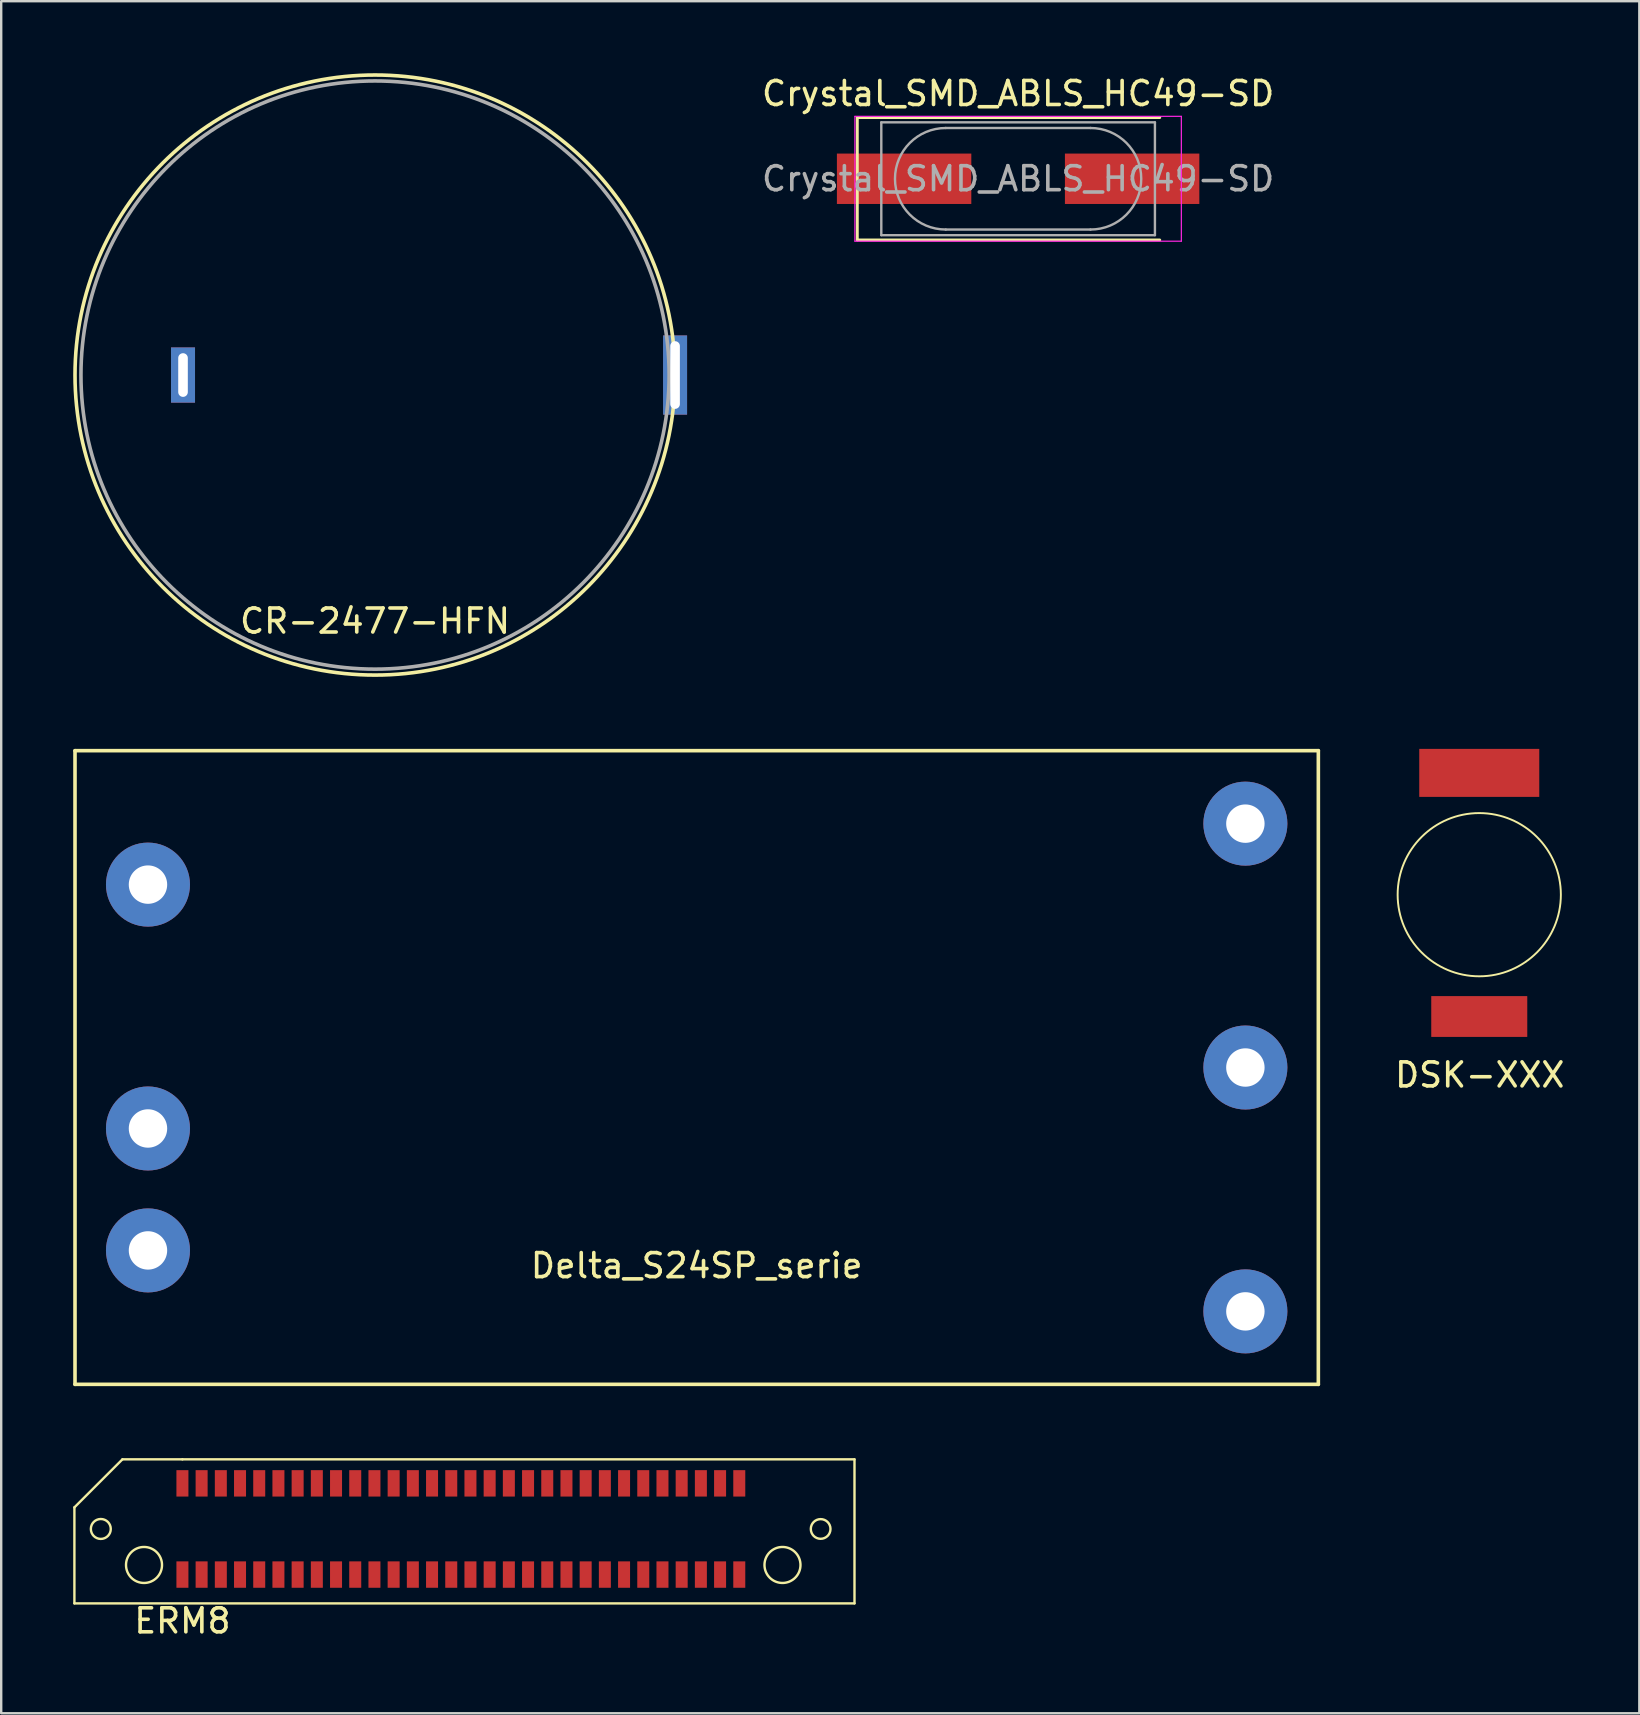
<source format=kicad_pcb>
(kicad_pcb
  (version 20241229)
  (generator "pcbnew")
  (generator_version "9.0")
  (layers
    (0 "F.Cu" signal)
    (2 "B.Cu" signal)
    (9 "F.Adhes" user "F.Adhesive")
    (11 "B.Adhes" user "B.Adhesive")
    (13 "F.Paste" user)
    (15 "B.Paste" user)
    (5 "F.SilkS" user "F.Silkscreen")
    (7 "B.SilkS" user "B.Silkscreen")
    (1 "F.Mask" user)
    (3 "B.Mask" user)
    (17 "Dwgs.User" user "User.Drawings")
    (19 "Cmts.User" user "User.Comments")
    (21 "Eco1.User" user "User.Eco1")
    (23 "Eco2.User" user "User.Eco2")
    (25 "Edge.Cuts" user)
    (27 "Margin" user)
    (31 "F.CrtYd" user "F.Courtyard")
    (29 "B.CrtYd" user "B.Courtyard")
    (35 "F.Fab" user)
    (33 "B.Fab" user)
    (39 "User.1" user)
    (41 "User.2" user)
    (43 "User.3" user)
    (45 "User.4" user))
  (footprint "ERM8"
    (layer "F.Cu")
    (at 4.55 58.75)
    (property "Reference" "ERM8" (at 0 5.73 0) (layer "F.SilkS") (effects (font (size 1 1) (thickness 0.15))))
    (attr through_hole)
    (fp_line (start -4.5 1) (end -4.5 5) (stroke (width 0.1) (type solid)) (layer "F.SilkS"))
    (fp_line (start -4.5 5) (end 28 5) (stroke (width 0.1) (type solid)) (layer "F.SilkS"))
    (fp_line (start -2.5 -1) (end -4.5 1) (stroke (width 0.1) (type solid)) (layer "F.SilkS"))
    (fp_line (start 0 -1) (end -2.5 -1) (stroke (width 0.1) (type solid)) (layer "F.SilkS"))
    (fp_line (start 28 -1) (end 0 -1) (stroke (width 0.1) (type solid)) (layer "F.SilkS"))
    (fp_line (start 28 5) (end 28 -1) (stroke (width 0.1) (type solid)) (layer "F.SilkS"))
    (fp_circle (center -3.4 1.9) (end -2.985 1.9) (stroke (width 0.1) (type solid)) (fill no) (layer "F.SilkS"))
    (fp_circle (center -1.6 3.4) (end -2.35 3.4) (stroke (width 0.1) (type solid)) (fill no) (layer "F.SilkS"))
    (fp_circle (center 25 3.4) (end 25.75 3.4) (stroke (width 0.1) (type solid)) (fill no) (layer "F.SilkS"))
    (fp_circle (center 26.59 1.9) (end 27 1.9) (stroke (width 0.1) (type solid)) (fill no) (layer "F.SilkS"))
    (pad "1" smd rect (at 0 0) (size 0.5 1.1) (layers "F.Cu" "F.Mask" "F.Paste"))
    (pad "2" smd rect (at 0 3.8) (size 0.5 1.1) (layers "F.Cu" "F.Mask" "F.Paste"))
    (pad "3" smd rect (at 0.8 0) (size 0.5 1.1) (layers "F.Cu" "F.Mask" "F.Paste"))
    (pad "4" smd rect (at 0.8 3.8) (size 0.5 1.1) (layers "F.Cu" "F.Mask" "F.Paste"))
    (pad "5" smd rect (at 1.6 0) (size 0.5 1.1) (layers "F.Cu" "F.Mask" "F.Paste"))
    (pad "6" smd rect (at 1.6 3.8) (size 0.5 1.1) (layers "F.Cu" "F.Mask" "F.Paste"))
    (pad "7" smd rect (at 2.4 0) (size 0.5 1.1) (layers "F.Cu" "F.Mask" "F.Paste"))
    (pad "8" smd rect (at 2.4 3.8) (size 0.5 1.1) (layers "F.Cu" "F.Mask" "F.Paste"))
    (pad "9" smd rect (at 3.2 0) (size 0.5 1.1) (layers "F.Cu" "F.Mask" "F.Paste"))
    (pad "10" smd rect (at 3.2 3.8) (size 0.5 1.1) (layers "F.Cu" "F.Mask" "F.Paste"))
    (pad "11" smd rect (at 4 0) (size 0.5 1.1) (layers "F.Cu" "F.Mask" "F.Paste"))
    (pad "12" smd rect (at 4 3.8) (size 0.5 1.1) (layers "F.Cu" "F.Mask" "F.Paste"))
    (pad "13" smd rect (at 4.8 0) (size 0.5 1.1) (layers "F.Cu" "F.Mask" "F.Paste"))
    (pad "14" smd rect (at 4.8 3.8) (size 0.5 1.1) (layers "F.Cu" "F.Mask" "F.Paste"))
    (pad "15" smd rect (at 5.6 0) (size 0.5 1.1) (layers "F.Cu" "F.Mask" "F.Paste"))
    (pad "16" smd rect (at 5.6 3.8) (size 0.5 1.1) (layers "F.Cu" "F.Mask" "F.Paste"))
    (pad "17" smd rect (at 6.4 0) (size 0.5 1.1) (layers "F.Cu" "F.Mask" "F.Paste"))
    (pad "18" smd rect (at 6.4 3.8) (size 0.5 1.1) (layers "F.Cu" "F.Mask" "F.Paste"))
    (pad "19" smd rect (at 7.2 0) (size 0.5 1.1) (layers "F.Cu" "F.Mask" "F.Paste"))
    (pad "20" smd rect (at 7.2 3.8) (size 0.5 1.1) (layers "F.Cu" "F.Mask" "F.Paste"))
    (pad "21" smd rect (at 8 0) (size 0.5 1.1) (layers "F.Cu" "F.Mask" "F.Paste"))
    (pad "22" smd rect (at 8 3.8) (size 0.5 1.1) (layers "F.Cu" "F.Mask" "F.Paste"))
    (pad "23" smd rect (at 8.8 0) (size 0.5 1.1) (layers "F.Cu" "F.Mask" "F.Paste"))
    (pad "24" smd rect (at 8.8 3.8) (size 0.5 1.1) (layers "F.Cu" "F.Mask" "F.Paste"))
    (pad "25" smd rect (at 9.6 0) (size 0.5 1.1) (layers "F.Cu" "F.Mask" "F.Paste"))
    (pad "26" smd rect (at 9.6 3.8) (size 0.5 1.1) (layers "F.Cu" "F.Mask" "F.Paste"))
    (pad "27" smd rect (at 10.4 0) (size 0.5 1.1) (layers "F.Cu" "F.Mask" "F.Paste"))
    (pad "28" smd rect (at 10.4 3.8) (size 0.5 1.1) (layers "F.Cu" "F.Mask" "F.Paste"))
    (pad "29" smd rect (at 11.2 0) (size 0.5 1.1) (layers "F.Cu" "F.Mask" "F.Paste"))
    (pad "30" smd rect (at 11.2 3.8) (size 0.5 1.1) (layers "F.Cu" "F.Mask" "F.Paste"))
    (pad "31" smd rect (at 12 0) (size 0.5 1.1) (layers "F.Cu" "F.Mask" "F.Paste"))
    (pad "32" smd rect (at 12 3.8) (size 0.5 1.1) (layers "F.Cu" "F.Mask" "F.Paste"))
    (pad "33" smd rect (at 12.8 0) (size 0.5 1.1) (layers "F.Cu" "F.Mask" "F.Paste"))
    (pad "34" smd rect (at 12.8 3.8) (size 0.5 1.1) (layers "F.Cu" "F.Mask" "F.Paste"))
    (pad "35" smd rect (at 13.6 0) (size 0.5 1.1) (layers "F.Cu" "F.Mask" "F.Paste"))
    (pad "36" smd rect (at 13.6 3.8) (size 0.5 1.1) (layers "F.Cu" "F.Mask" "F.Paste"))
    (pad "37" smd rect (at 14.4 0) (size 0.5 1.1) (layers "F.Cu" "F.Mask" "F.Paste"))
    (pad "38" smd rect (at 14.4 3.8) (size 0.5 1.1) (layers "F.Cu" "F.Mask" "F.Paste"))
    (pad "39" smd rect (at 15.2 0) (size 0.5 1.1) (layers "F.Cu" "F.Mask" "F.Paste"))
    (pad "40" smd rect (at 15.2 3.8) (size 0.5 1.1) (layers "F.Cu" "F.Mask" "F.Paste"))
    (pad "41" smd rect (at 16 0) (size 0.5 1.1) (layers "F.Cu" "F.Mask" "F.Paste"))
    (pad "42" smd rect (at 16 3.8) (size 0.5 1.1) (layers "F.Cu" "F.Mask" "F.Paste"))
    (pad "43" smd rect (at 16.8 0) (size 0.5 1.1) (layers "F.Cu" "F.Mask" "F.Paste"))
    (pad "44" smd rect (at 16.8 3.8) (size 0.5 1.1) (layers "F.Cu" "F.Mask" "F.Paste"))
    (pad "45" smd rect (at 17.6 0) (size 0.5 1.1) (layers "F.Cu" "F.Mask" "F.Paste"))
    (pad "46" smd rect (at 17.6 3.8) (size 0.5 1.1) (layers "F.Cu" "F.Mask" "F.Paste"))
    (pad "47" smd rect (at 18.4 0) (size 0.5 1.1) (layers "F.Cu" "F.Mask" "F.Paste"))
    (pad "48" smd rect (at 18.4 3.8) (size 0.5 1.1) (layers "F.Cu" "F.Mask" "F.Paste"))
    (pad "49" smd rect (at 19.2 0) (size 0.5 1.1) (layers "F.Cu" "F.Mask" "F.Paste"))
    (pad "50" smd rect (at 19.2 3.8) (size 0.5 1.1) (layers "F.Cu" "F.Mask" "F.Paste"))
    (pad "51" smd rect (at 20 0) (size 0.5 1.1) (layers "F.Cu" "F.Mask" "F.Paste"))
    (pad "52" smd rect (at 20 3.8) (size 0.5 1.1) (layers "F.Cu" "F.Mask" "F.Paste"))
    (pad "53" smd rect (at 20.8 0) (size 0.5 1.1) (layers "F.Cu" "F.Mask" "F.Paste"))
    (pad "54" smd rect (at 20.8 3.8) (size 0.5 1.1) (layers "F.Cu" "F.Mask" "F.Paste"))
    (pad "55" smd rect (at 21.6 0) (size 0.5 1.1) (layers "F.Cu" "F.Mask" "F.Paste"))
    (pad "56" smd rect (at 21.6 3.8) (size 0.5 1.1) (layers "F.Cu" "F.Mask" "F.Paste"))
    (pad "57" smd rect (at 22.4 0) (size 0.5 1.1) (layers "F.Cu" "F.Mask" "F.Paste"))
    (pad "58" smd rect (at 22.4 3.8) (size 0.5 1.1) (layers "F.Cu" "F.Mask" "F.Paste"))
    (pad "59" smd rect (at 23.2 0) (size 0.5 1.1) (layers "F.Cu" "F.Mask" "F.Paste"))
    (pad "60" smd rect (at 23.2 3.8) (size 0.5 1.1) (layers "F.Cu" "F.Mask" "F.Paste")))
  (footprint "DSK-XXX"
    (layer "F.Cu")
    (at 58.579 34.225)
    (property "Reference" "DSK-XXX" (at 0.02 7.51 0) (layer "F.SilkS") (effects (font (size 1 1) (thickness 0.15))))
    (attr through_hole)
    (fp_circle (center 0 0) (end 3.4 0) (stroke (width 0.08) (type solid)) (fill no) (layer "F.SilkS"))
    (pad "1" smd rect (at 0 -5.075) (size 5 2) (layers "F.Cu" "F.Mask" "F.Paste"))
    (pad "2" smd rect (at 0 5.075) (size 4 1.7) (layers "F.Cu" "F.Mask" "F.Paste")))
  (footprint "CR-2477-HFN"
    (layer "F.Cu")
    (at 12.575 12.575)
    (property "Reference" "CR-2477-HFN" (at 0 10.25 0) (layer "F.SilkS") (effects (font (size 1 1) (thickness 0.15))))
    (attr smd)
    (fp_circle (center 0 0) (end 12.5 0) (stroke (width 0.15) (type solid)) (fill no) (layer "F.SilkS"))
    (fp_circle (center 0 0) (end 12.25 -0.25) (stroke (width 0.15) (type solid)) (fill no) (layer "F.Fab"))
    (pad "1" thru_hole rect (at 12.5 0) (size 1 3.3) (drill oval 0.4 2.82) (layers "*.Cu" "*.Mask"))
    (pad "2" thru_hole rect (at -8 0) (size 1 2.3) (drill oval 0.4 1.82) (layers "*.Cu" "*.Mask")))
  (footprint "Crystal_SMD_ABLS_HC49-SD"
    (layer "F.Cu")
    (at 39.367 4.398)
    (property "Reference" "Crystal_SMD_ABLS_HC49-SD" (at 0 -3.55 0) (layer "F.SilkS") (effects (font (size 1 1) (thickness 0.15))))
    (attr smd)
    (fp_line (start -6.7 -2.55) (end -6.7 2.55) (stroke (width 0.12) (type solid)) (layer "F.SilkS"))
    (fp_line (start -6.7 2.55) (end 5.9 2.55) (stroke (width 0.12) (type solid)) (layer "F.SilkS"))
    (fp_line (start 5.9 -2.55) (end -6.7 -2.55) (stroke (width 0.12) (type solid)) (layer "F.SilkS"))
    (fp_line (start -6.8 -2.6) (end -6.8 2.6) (stroke (width 0.05) (type solid)) (layer "F.CrtYd"))
    (fp_line (start -6.8 2.6) (end 6.8 2.6) (stroke (width 0.05) (type solid)) (layer "F.CrtYd"))
    (fp_line (start 6.8 -2.6) (end -6.8 -2.6) (stroke (width 0.05) (type solid)) (layer "F.CrtYd"))
    (fp_line (start 6.8 2.6) (end 6.8 -2.6) (stroke (width 0.05) (type solid)) (layer "F.CrtYd"))
    (fp_line (start -5.7 -2.35) (end -5.7 2.35) (stroke (width 0.1) (type solid)) (layer "F.Fab"))
    (fp_line (start -5.7 2.35) (end 5.7 2.35) (stroke (width 0.1) (type solid)) (layer "F.Fab"))
    (fp_line (start -3.015 -2.115) (end 3.015 -2.115) (stroke (width 0.1) (type solid)) (layer "F.Fab"))
    (fp_line (start -3.015 2.115) (end 3.015 2.115) (stroke (width 0.1) (type solid)) (layer "F.Fab"))
    (fp_line (start 5.7 -2.35) (end -5.7 -2.35) (stroke (width 0.1) (type solid)) (layer "F.Fab"))
    (fp_line (start 5.7 2.35) (end 5.7 -2.35) (stroke (width 0.1) (type solid)) (layer "F.Fab"))
    (fp_arc (start -3.015 2.115) (mid -5.13 0) (end -3.015 -2.115) (stroke (width 0.1) (type solid)) (layer "F.Fab"))
    (fp_arc (start 3.015 -2.115) (mid 5.13 0) (end 3.015 2.115) (stroke (width 0.1) (type solid)) (layer "F.Fab"))
    (fp_text user "${REFERENCE}" (at 0 0 0) (layer "F.Fab") (effects (font (size 1 1) (thickness 0.15))))
    (pad "1" smd rect (at -4.75 0) (size 5.6 2.1) (layers "F.Cu" "F.Mask" "F.Paste"))
    (pad "2" smd rect (at 4.75 0) (size 5.6 2.1) (layers "F.Cu" "F.Mask" "F.Paste")))
  (footprint "Delta_S24SP_serie"
    (layer "F.Cu")
    (at 25.975 41.425)
    (property "Reference" "Delta_S24SP_serie" (at 0 8.255 0) (layer "F.SilkS") (effects (font (size 1 1) (thickness 0.15))))
    (attr through_hole)
    (fp_line (start -25.9 -13.2) (end -25.9 13.2) (stroke (width 0.15) (type solid)) (layer "F.SilkS"))
    (fp_line (start 25.9 -13.2) (end -25.9 -13.2) (stroke (width 0.15) (type solid)) (layer "F.SilkS"))
    (fp_line (start 25.9 13.2) (end -25.9 13.2) (stroke (width 0.15) (type solid)) (layer "F.SilkS"))
    (fp_line (start 25.9 13.2) (end 25.9 -13.2) (stroke (width 0.15) (type solid)) (layer "F.SilkS"))
    (pad "1" thru_hole circle (at -22.86 7.62) (size 3.5 3.5) (drill 1.6) (layers "*.Cu" "*.Mask"))
    (pad "2" thru_hole circle (at -22.86 2.54) (size 3.5 3.5) (drill 1.6) (layers "*.Cu" "*.Mask"))
    (pad "3" thru_hole circle (at -22.86 -7.62) (size 3.5 3.5) (drill 1.6) (layers "*.Cu" "*.Mask"))
    (pad "4" thru_hole circle (at 22.86 -10.16) (size 3.5 3.5) (drill 1.6) (layers "*.Cu" "*.Mask"))
    (pad "5" thru_hole circle (at 22.86 0) (size 3.5 3.5) (drill 1.6) (layers "*.Cu" "*.Mask"))
    (pad "6" thru_hole circle (at 22.86 10.16) (size 3.5 3.5) (drill 1.6) (layers "*.Cu" "*.Mask")))
  (gr_rect
    (start -3 -3)
    (end 65.248 68.328)
    (stroke (width 0.1) (type default))
    (fill no)
    (layer "Edge.Cuts")))
</source>
